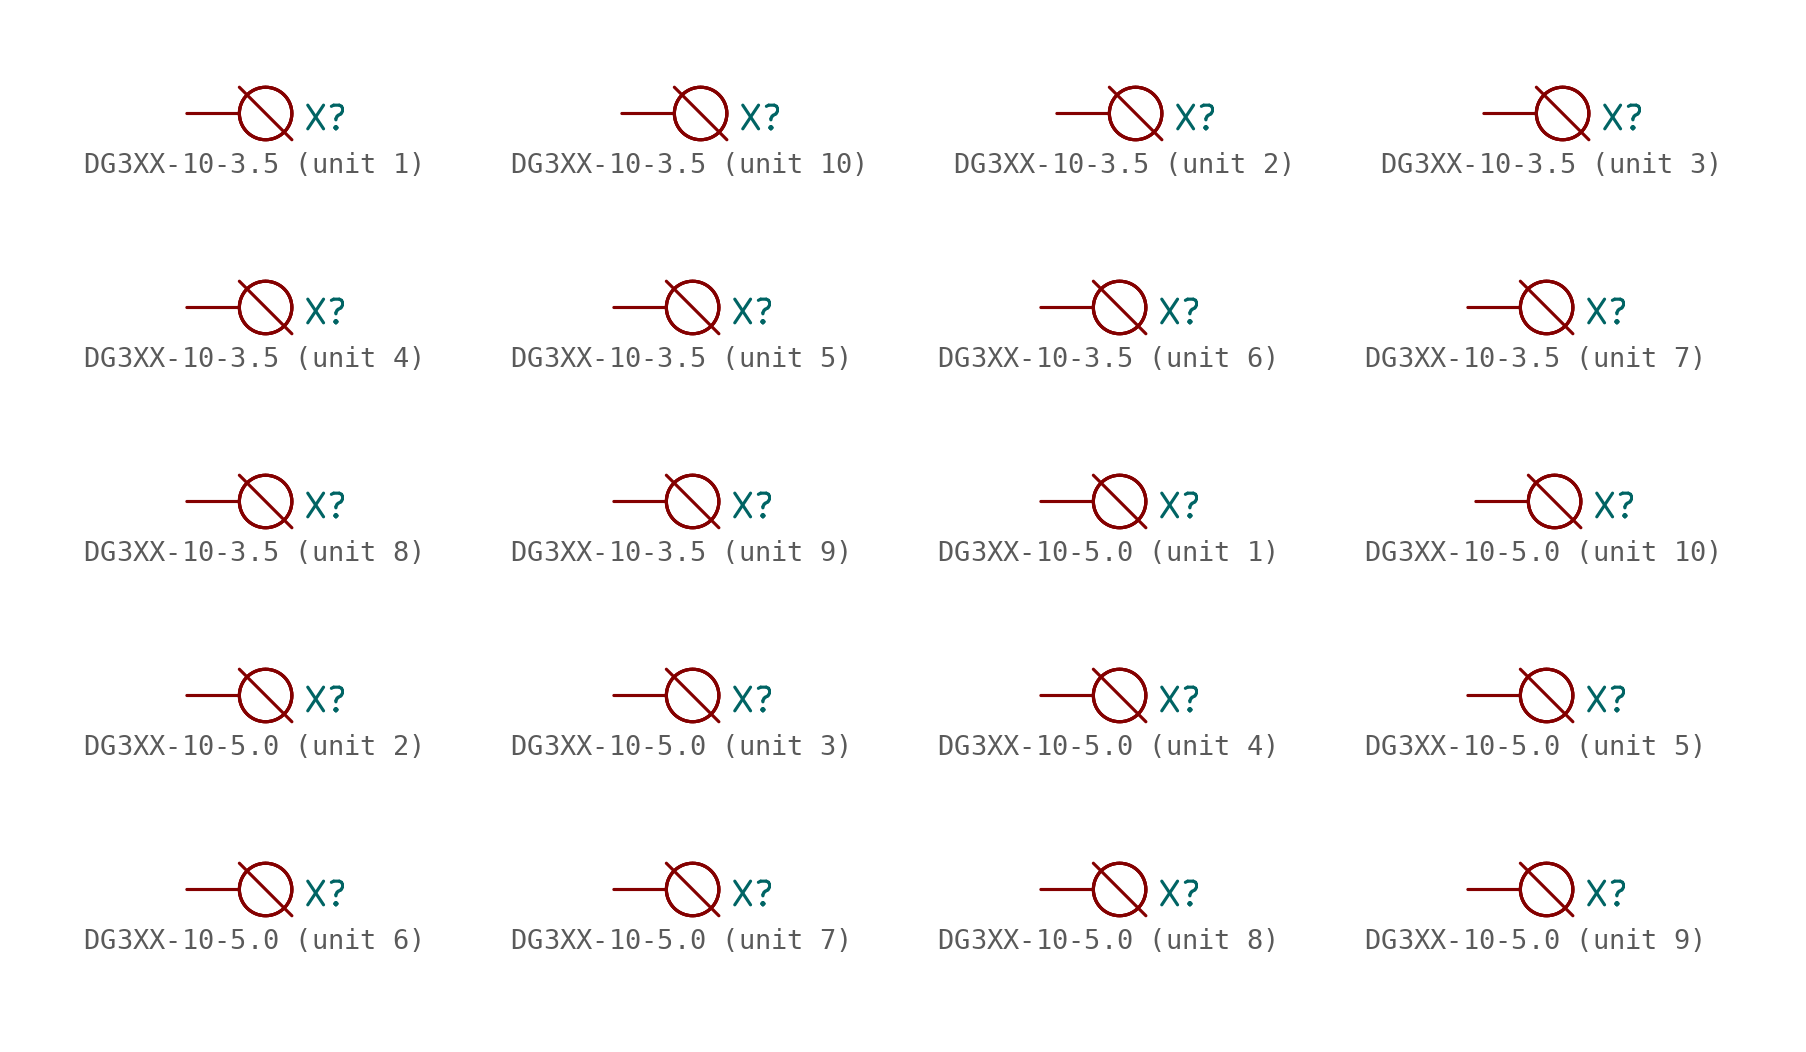
<source format=kicad_sym>
(kicad_symbol_lib
  (version 20211014)
  (generator kicad_symbol_editor)
  (symbol "DG3XX-10-3.5"
    (pin_numbers hide)
    (pin_names
      (offset 1.016) hide)
    (property "Reference" "X"
      (at 3.048 -0.889 0)
      (effects (font (size 1.143 1.143)) (justify left bottom)))
    (property "ki_locked" ""
      (at 0 0 0)
      (effects (font (size 1.27 1.27))))
    (symbol "DG3XX-10-3.5_1_0"
      (polyline (pts (xy 0 1.27) (xy 2.54 -1.27)) (stroke (width 0) (type default) (color 0 0 0 0)) (fill (type none))))
    (symbol "DG3XX-10-3.5_1_1"
      (circle (center 1.27 0) (radius 1.27) (stroke (width 0) (type default) (color 0 0 0 0)) (fill (type none)))
      (circle (center 1.27 0) (radius 1.27) (stroke (width 0) (type default) (color 0 0 0 0)) (fill (type none)))
      (circle (center 1.27 0) (radius 1.27) (stroke (width 0) (type default) (color 0 0 0 0)) (fill (type none)))
      (pin passive line (at -2.54 0 0) (length 2.54) (name "KL" (effects (font (size 1.016 1.016)))) (number "1" (effects (font (size 1.016 1.016))))))
    (symbol "DG3XX-10-3.5_2_0"
      (polyline (pts (xy 0 1.27) (xy 2.54 -1.27)) (stroke (width 0) (type default) (color 0 0 0 0)) (fill (type none))))
    (symbol "DG3XX-10-3.5_2_1"
      (circle (center 1.27 0) (radius 1.27) (stroke (width 0) (type default) (color 0 0 0 0)) (fill (type none)))
      (circle (center 1.27 0) (radius 1.27) (stroke (width 0) (type default) (color 0 0 0 0)) (fill (type none)))
      (circle (center 1.27 0) (radius 1.27) (stroke (width 0) (type default) (color 0 0 0 0)) (fill (type none)))
      (pin passive line (at -2.54 0 0) (length 2.54) (name "KL" (effects (font (size 1.016 1.016)))) (number "2" (effects (font (size 1.016 1.016))))))
    (symbol "DG3XX-10-3.5_3_0"
      (polyline (pts (xy 0 1.27) (xy 2.54 -1.27)) (stroke (width 0) (type default) (color 0 0 0 0)) (fill (type none))))
    (symbol "DG3XX-10-3.5_3_1"
      (circle (center 1.27 0) (radius 1.27) (stroke (width 0) (type default) (color 0 0 0 0)) (fill (type none)))
      (circle (center 1.27 0) (radius 1.27) (stroke (width 0) (type default) (color 0 0 0 0)) (fill (type none)))
      (circle (center 1.27 0) (radius 1.27) (stroke (width 0) (type default) (color 0 0 0 0)) (fill (type none)))
      (pin passive line (at -2.54 0 0) (length 2.54) (name "KL" (effects (font (size 1.016 1.016)))) (number "3" (effects (font (size 1.016 1.016))))))
    (symbol "DG3XX-10-3.5_4_0"
      (polyline (pts (xy 0 1.27) (xy 2.54 -1.27)) (stroke (width 0) (type default) (color 0 0 0 0)) (fill (type none))))
    (symbol "DG3XX-10-3.5_4_1"
      (circle (center 1.27 0) (radius 1.27) (stroke (width 0) (type default) (color 0 0 0 0)) (fill (type none)))
      (circle (center 1.27 0) (radius 1.27) (stroke (width 0) (type default) (color 0 0 0 0)) (fill (type none)))
      (circle (center 1.27 0) (radius 1.27) (stroke (width 0) (type default) (color 0 0 0 0)) (fill (type none)))
      (pin passive line (at -2.54 0 0) (length 2.54) (name "KL" (effects (font (size 1.016 1.016)))) (number "4" (effects (font (size 1.016 1.016))))))
    (symbol "DG3XX-10-3.5_5_0"
      (polyline (pts (xy 0 1.27) (xy 2.54 -1.27)) (stroke (width 0) (type default) (color 0 0 0 0)) (fill (type none))))
    (symbol "DG3XX-10-3.5_5_1"
      (circle (center 1.27 0) (radius 1.27) (stroke (width 0) (type default) (color 0 0 0 0)) (fill (type none)))
      (circle (center 1.27 0) (radius 1.27) (stroke (width 0) (type default) (color 0 0 0 0)) (fill (type none)))
      (circle (center 1.27 0) (radius 1.27) (stroke (width 0) (type default) (color 0 0 0 0)) (fill (type none)))
      (pin passive line (at -2.54 0 0) (length 2.54) (name "KL" (effects (font (size 1.016 1.016)))) (number "5" (effects (font (size 1.016 1.016))))))
    (symbol "DG3XX-10-3.5_6_0"
      (polyline (pts (xy 0 1.27) (xy 2.54 -1.27)) (stroke (width 0) (type default) (color 0 0 0 0)) (fill (type none))))
    (symbol "DG3XX-10-3.5_6_1"
      (circle (center 1.27 0) (radius 1.27) (stroke (width 0) (type default) (color 0 0 0 0)) (fill (type none)))
      (circle (center 1.27 0) (radius 1.27) (stroke (width 0) (type default) (color 0 0 0 0)) (fill (type none)))
      (circle (center 1.27 0) (radius 1.27) (stroke (width 0) (type default) (color 0 0 0 0)) (fill (type none)))
      (pin passive line (at -2.54 0 0) (length 2.54) (name "KL" (effects (font (size 1.016 1.016)))) (number "6" (effects (font (size 1.016 1.016))))))
    (symbol "DG3XX-10-3.5_7_0"
      (polyline (pts (xy 0 1.27) (xy 2.54 -1.27)) (stroke (width 0) (type default) (color 0 0 0 0)) (fill (type none))))
    (symbol "DG3XX-10-3.5_7_1"
      (circle (center 1.27 0) (radius 1.27) (stroke (width 0) (type default) (color 0 0 0 0)) (fill (type none)))
      (circle (center 1.27 0) (radius 1.27) (stroke (width 0) (type default) (color 0 0 0 0)) (fill (type none)))
      (circle (center 1.27 0) (radius 1.27) (stroke (width 0) (type default) (color 0 0 0 0)) (fill (type none)))
      (pin passive line (at -2.54 0 0) (length 2.54) (name "KL" (effects (font (size 1.016 1.016)))) (number "7" (effects (font (size 1.016 1.016))))))
    (symbol "DG3XX-10-3.5_8_0"
      (polyline (pts (xy 0 1.27) (xy 2.54 -1.27)) (stroke (width 0) (type default) (color 0 0 0 0)) (fill (type none))))
    (symbol "DG3XX-10-3.5_8_1"
      (circle (center 1.27 0) (radius 1.27) (stroke (width 0) (type default) (color 0 0 0 0)) (fill (type none)))
      (circle (center 1.27 0) (radius 1.27) (stroke (width 0) (type default) (color 0 0 0 0)) (fill (type none)))
      (circle (center 1.27 0) (radius 1.27) (stroke (width 0) (type default) (color 0 0 0 0)) (fill (type none)))
      (pin passive line (at -2.54 0 0) (length 2.54) (name "KL" (effects (font (size 1.016 1.016)))) (number "8" (effects (font (size 1.016 1.016))))))
    (symbol "DG3XX-10-3.5_9_0"
      (polyline (pts (xy 0 1.27) (xy 2.54 -1.27)) (stroke (width 0) (type default) (color 0 0 0 0)) (fill (type none))))
    (symbol "DG3XX-10-3.5_9_1"
      (circle (center 1.27 0) (radius 1.27) (stroke (width 0) (type default) (color 0 0 0 0)) (fill (type none)))
      (circle (center 1.27 0) (radius 1.27) (stroke (width 0) (type default) (color 0 0 0 0)) (fill (type none)))
      (circle (center 1.27 0) (radius 1.27) (stroke (width 0) (type default) (color 0 0 0 0)) (fill (type none)))
      (pin passive line (at -2.54 0 0) (length 2.54) (name "KL" (effects (font (size 1.016 1.016)))) (number "9" (effects (font (size 1.016 1.016))))))
    (symbol "DG3XX-10-3.5_10_0"
      (polyline (pts (xy 0 1.27) (xy 2.54 -1.27)) (stroke (width 0) (type default) (color 0 0 0 0)) (fill (type none))))
    (symbol "DG3XX-10-3.5_10_1"
      (circle (center 1.27 0) (radius 1.27) (stroke (width 0) (type default) (color 0 0 0 0)) (fill (type none)))
      (circle (center 1.27 0) (radius 1.27) (stroke (width 0) (type default) (color 0 0 0 0)) (fill (type none)))
      (circle (center 1.27 0) (radius 1.27) (stroke (width 0) (type default) (color 0 0 0 0)) (fill (type none)))
      (pin passive line (at -2.54 0 0) (length 2.54) (name "KL" (effects (font (size 1.016 1.016)))) (number "10" (effects (font (size 1.016 1.016)))))))
  (symbol "DG3XX-10-5.0"
    (pin_numbers hide)
    (pin_names
      (offset 1.016) hide)
    (property "Reference" "X"
      (at 3.048 -0.889 0)
      (effects (font (size 1.143 1.143)) (justify left bottom)))
    (property "ki_locked" ""
      (at 0 0 0)
      (effects (font (size 1.27 1.27))))
    (symbol "DG3XX-10-5.0_1_0"
      (polyline (pts (xy 0 1.27) (xy 2.54 -1.27)) (stroke (width 0) (type default) (color 0 0 0 0)) (fill (type none))))
    (symbol "DG3XX-10-5.0_1_1"
      (circle (center 1.27 0) (radius 1.27) (stroke (width 0) (type default) (color 0 0 0 0)) (fill (type none)))
      (circle (center 1.27 0) (radius 1.27) (stroke (width 0) (type default) (color 0 0 0 0)) (fill (type none)))
      (circle (center 1.27 0) (radius 1.27) (stroke (width 0) (type default) (color 0 0 0 0)) (fill (type none)))
      (pin passive line (at -2.54 0 0) (length 2.54) (name "KL" (effects (font (size 1.016 1.016)))) (number "1" (effects (font (size 1.016 1.016))))))
    (symbol "DG3XX-10-5.0_2_0"
      (polyline (pts (xy 0 1.27) (xy 2.54 -1.27)) (stroke (width 0) (type default) (color 0 0 0 0)) (fill (type none))))
    (symbol "DG3XX-10-5.0_2_1"
      (circle (center 1.27 0) (radius 1.27) (stroke (width 0) (type default) (color 0 0 0 0)) (fill (type none)))
      (circle (center 1.27 0) (radius 1.27) (stroke (width 0) (type default) (color 0 0 0 0)) (fill (type none)))
      (circle (center 1.27 0) (radius 1.27) (stroke (width 0) (type default) (color 0 0 0 0)) (fill (type none)))
      (pin passive line (at -2.54 0 0) (length 2.54) (name "KL" (effects (font (size 1.016 1.016)))) (number "2" (effects (font (size 1.016 1.016))))))
    (symbol "DG3XX-10-5.0_3_0"
      (polyline (pts (xy 0 1.27) (xy 2.54 -1.27)) (stroke (width 0) (type default) (color 0 0 0 0)) (fill (type none))))
    (symbol "DG3XX-10-5.0_3_1"
      (circle (center 1.27 0) (radius 1.27) (stroke (width 0) (type default) (color 0 0 0 0)) (fill (type none)))
      (circle (center 1.27 0) (radius 1.27) (stroke (width 0) (type default) (color 0 0 0 0)) (fill (type none)))
      (circle (center 1.27 0) (radius 1.27) (stroke (width 0) (type default) (color 0 0 0 0)) (fill (type none)))
      (pin passive line (at -2.54 0 0) (length 2.54) (name "KL" (effects (font (size 1.016 1.016)))) (number "3" (effects (font (size 1.016 1.016))))))
    (symbol "DG3XX-10-5.0_4_0"
      (polyline (pts (xy 0 1.27) (xy 2.54 -1.27)) (stroke (width 0) (type default) (color 0 0 0 0)) (fill (type none))))
    (symbol "DG3XX-10-5.0_4_1"
      (circle (center 1.27 0) (radius 1.27) (stroke (width 0) (type default) (color 0 0 0 0)) (fill (type none)))
      (circle (center 1.27 0) (radius 1.27) (stroke (width 0) (type default) (color 0 0 0 0)) (fill (type none)))
      (circle (center 1.27 0) (radius 1.27) (stroke (width 0) (type default) (color 0 0 0 0)) (fill (type none)))
      (pin passive line (at -2.54 0 0) (length 2.54) (name "KL" (effects (font (size 1.016 1.016)))) (number "4" (effects (font (size 1.016 1.016))))))
    (symbol "DG3XX-10-5.0_5_0"
      (polyline (pts (xy 0 1.27) (xy 2.54 -1.27)) (stroke (width 0) (type default) (color 0 0 0 0)) (fill (type none))))
    (symbol "DG3XX-10-5.0_5_1"
      (circle (center 1.27 0) (radius 1.27) (stroke (width 0) (type default) (color 0 0 0 0)) (fill (type none)))
      (circle (center 1.27 0) (radius 1.27) (stroke (width 0) (type default) (color 0 0 0 0)) (fill (type none)))
      (circle (center 1.27 0) (radius 1.27) (stroke (width 0) (type default) (color 0 0 0 0)) (fill (type none)))
      (pin passive line (at -2.54 0 0) (length 2.54) (name "KL" (effects (font (size 1.016 1.016)))) (number "5" (effects (font (size 1.016 1.016))))))
    (symbol "DG3XX-10-5.0_6_0"
      (polyline (pts (xy 0 1.27) (xy 2.54 -1.27)) (stroke (width 0) (type default) (color 0 0 0 0)) (fill (type none))))
    (symbol "DG3XX-10-5.0_6_1"
      (circle (center 1.27 0) (radius 1.27) (stroke (width 0) (type default) (color 0 0 0 0)) (fill (type none)))
      (circle (center 1.27 0) (radius 1.27) (stroke (width 0) (type default) (color 0 0 0 0)) (fill (type none)))
      (circle (center 1.27 0) (radius 1.27) (stroke (width 0) (type default) (color 0 0 0 0)) (fill (type none)))
      (pin passive line (at -2.54 0 0) (length 2.54) (name "KL" (effects (font (size 1.016 1.016)))) (number "6" (effects (font (size 1.016 1.016))))))
    (symbol "DG3XX-10-5.0_7_0"
      (polyline (pts (xy 0 1.27) (xy 2.54 -1.27)) (stroke (width 0) (type default) (color 0 0 0 0)) (fill (type none))))
    (symbol "DG3XX-10-5.0_7_1"
      (circle (center 1.27 0) (radius 1.27) (stroke (width 0) (type default) (color 0 0 0 0)) (fill (type none)))
      (circle (center 1.27 0) (radius 1.27) (stroke (width 0) (type default) (color 0 0 0 0)) (fill (type none)))
      (circle (center 1.27 0) (radius 1.27) (stroke (width 0) (type default) (color 0 0 0 0)) (fill (type none)))
      (pin passive line (at -2.54 0 0) (length 2.54) (name "KL" (effects (font (size 1.016 1.016)))) (number "7" (effects (font (size 1.016 1.016))))))
    (symbol "DG3XX-10-5.0_8_0"
      (polyline (pts (xy 0 1.27) (xy 2.54 -1.27)) (stroke (width 0) (type default) (color 0 0 0 0)) (fill (type none))))
    (symbol "DG3XX-10-5.0_8_1"
      (circle (center 1.27 0) (radius 1.27) (stroke (width 0) (type default) (color 0 0 0 0)) (fill (type none)))
      (circle (center 1.27 0) (radius 1.27) (stroke (width 0) (type default) (color 0 0 0 0)) (fill (type none)))
      (circle (center 1.27 0) (radius 1.27) (stroke (width 0) (type default) (color 0 0 0 0)) (fill (type none)))
      (pin passive line (at -2.54 0 0) (length 2.54) (name "KL" (effects (font (size 1.016 1.016)))) (number "8" (effects (font (size 1.016 1.016))))))
    (symbol "DG3XX-10-5.0_9_0"
      (polyline (pts (xy 0 1.27) (xy 2.54 -1.27)) (stroke (width 0) (type default) (color 0 0 0 0)) (fill (type none))))
    (symbol "DG3XX-10-5.0_9_1"
      (circle (center 1.27 0) (radius 1.27) (stroke (width 0) (type default) (color 0 0 0 0)) (fill (type none)))
      (circle (center 1.27 0) (radius 1.27) (stroke (width 0) (type default) (color 0 0 0 0)) (fill (type none)))
      (circle (center 1.27 0) (radius 1.27) (stroke (width 0) (type default) (color 0 0 0 0)) (fill (type none)))
      (pin passive line (at -2.54 0 0) (length 2.54) (name "KL" (effects (font (size 1.016 1.016)))) (number "9" (effects (font (size 1.016 1.016))))))
    (symbol "DG3XX-10-5.0_10_0"
      (polyline (pts (xy 0 1.27) (xy 2.54 -1.27)) (stroke (width 0) (type default) (color 0 0 0 0)) (fill (type none))))
    (symbol "DG3XX-10-5.0_10_1"
      (circle (center 1.27 0) (radius 1.27) (stroke (width 0) (type default) (color 0 0 0 0)) (fill (type none)))
      (circle (center 1.27 0) (radius 1.27) (stroke (width 0) (type default) (color 0 0 0 0)) (fill (type none)))
      (circle (center 1.27 0) (radius 1.27) (stroke (width 0) (type default) (color 0 0 0 0)) (fill (type none)))
      (pin passive line (at -2.54 0 0) (length 2.54) (name "KL" (effects (font (size 1.016 1.016)))) (number "10" (effects (font (size 1.016 1.016))))))))
</source>
